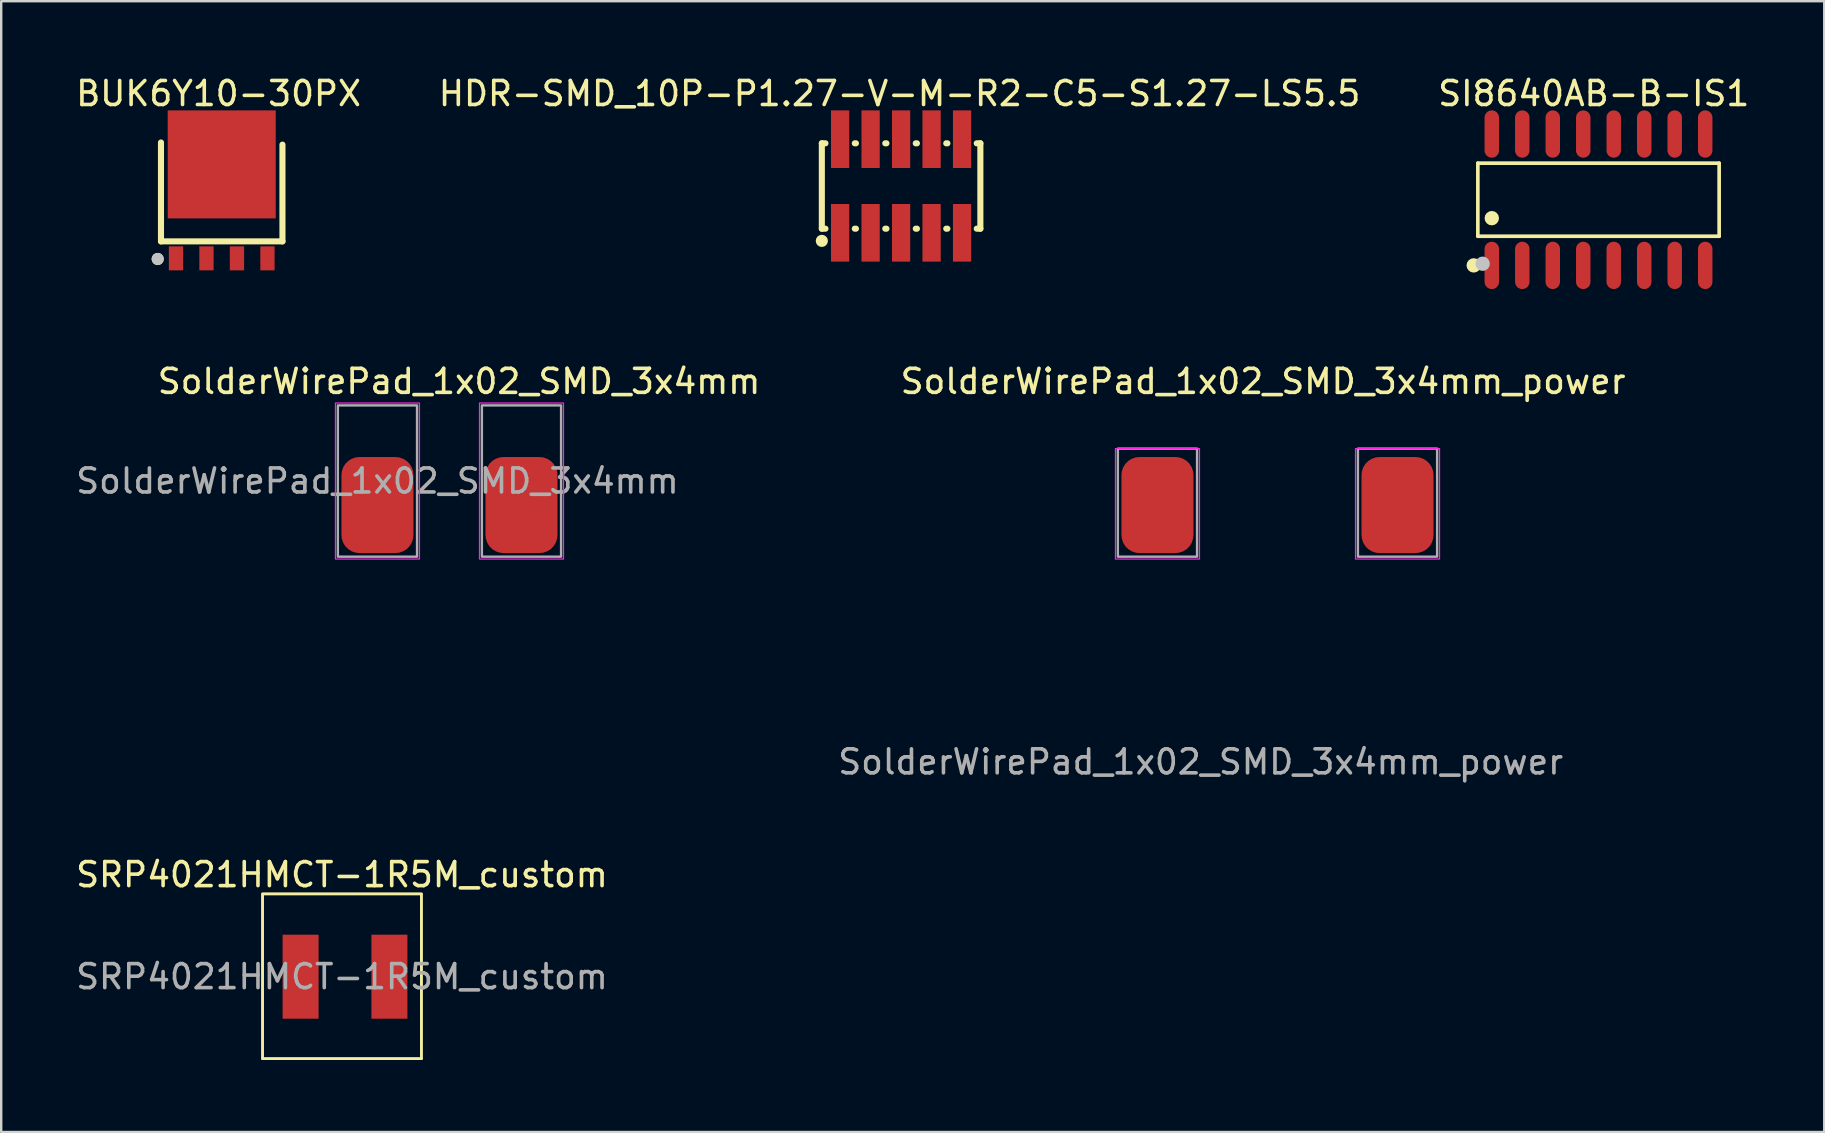
<source format=kicad_pcb>
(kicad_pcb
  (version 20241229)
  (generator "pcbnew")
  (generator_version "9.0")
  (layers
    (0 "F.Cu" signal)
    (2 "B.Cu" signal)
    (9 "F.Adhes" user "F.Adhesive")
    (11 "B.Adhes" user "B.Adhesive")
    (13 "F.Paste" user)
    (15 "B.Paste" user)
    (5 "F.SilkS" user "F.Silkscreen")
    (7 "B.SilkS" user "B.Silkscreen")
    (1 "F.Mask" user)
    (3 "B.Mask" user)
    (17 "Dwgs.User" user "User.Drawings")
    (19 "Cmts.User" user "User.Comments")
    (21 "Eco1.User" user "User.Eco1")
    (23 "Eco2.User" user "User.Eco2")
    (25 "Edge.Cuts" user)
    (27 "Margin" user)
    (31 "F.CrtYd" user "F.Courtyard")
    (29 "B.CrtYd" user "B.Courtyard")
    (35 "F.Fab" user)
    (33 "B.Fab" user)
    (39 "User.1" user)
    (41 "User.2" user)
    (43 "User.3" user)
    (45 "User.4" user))
  (footprint "SolderWirePad_1x02_SMD_3x4mm"
    (layer "F.Cu")
    (at 12.673 16.988)
    (property "Reference" "SolderWirePad_1x02_SMD_3x4mm" (at 3.4 -4.15 0) (layer "F.SilkS") (effects (font (size 1 1) (thickness 0.15))))
    (attr exclude_from_pos_files)
    (fp_rect (start -1.75 -3.25) (end 1.75 3.25) (stroke (width 0.05) (type solid)) (fill no) (layer "F.CrtYd"))
    (fp_rect (start 4.25 -3.25) (end 7.75 3.25) (stroke (width 0.05) (type solid)) (fill no) (layer "F.CrtYd"))
    (fp_rect (start -1.65 -3.15) (end 1.65 3.15) (stroke (width 0.1) (type solid)) (fill no) (layer "F.Fab"))
    (fp_rect (start 4.35 -3.15) (end 7.65 3.15) (stroke (width 0.1) (type solid)) (fill no) (layer "F.Fab"))
    (fp_text user "${REFERENCE}" (at 0 0 0) (layer "F.Fab") (effects (font (size 1 1) (thickness 0.15))))
    (pad "1" smd roundrect (at 0 1) (size 3 4) (layers "F.Cu" "F.Mask") (roundrect_rratio 0.25))
    (pad "2" smd roundrect (at 6 1) (size 3 4) (layers "F.Cu" "F.Mask") (roundrect_rratio 0.25)))
  (footprint "SRP4021HMCT-1R5M_custom"
    (layer "F.Cu")
    (at 11.196 37.635)
    (property "Reference" "SRP4021HMCT-1R5M_custom" (at 0 -4.25 0) (layer "F.SilkS") (effects (font (size 1 1) (thickness 0.15))))
    (attr smd)
    (fp_line (start -3.31 3.41) (end -3.31 -3.41) (stroke (width 0.12) (type solid)) (layer "F.SilkS"))
    (fp_line (start 3.31 -3.45) (end -3.31 -3.45) (stroke (width 0.12) (type solid)) (layer "F.SilkS"))
    (fp_line (start 3.31 -3.41) (end 3.31 3.41) (stroke (width 0.12) (type solid)) (layer "F.SilkS"))
    (fp_line (start 3.31 3.41) (end -3.31 3.41) (stroke (width 0.12) (type solid)) (layer "F.SilkS"))
    (fp_text user "${REFERENCE}" (at 0 0 0) (layer "F.Fab") (effects (font (size 1 1) (thickness 0.15))))
    (pad "1" smd rect (at -1.725 0) (size 1.5 3.5) (layers "F.Cu" "F.Mask" "F.Paste"))
    (pad "2" smd rect (at 1.975 0) (size 1.5 3.5) (layers "F.Cu" "F.Mask" "F.Paste")))
  (footprint "BUK6Y10-30PX"
    (layer "F.Cu")
    (at 6.186 5.755)
    (property "Reference" "BUK6Y10-30PX" (at -0.132 -4.907 0) (layer "F.SilkS") (effects (font (size 1 1) (thickness 0.15))))
    (fp_line (start -2.53 1.25) (end -2.53 -2.87) (stroke (width 0.254) (type default)) (layer "F.SilkS"))
    (fp_line (start 2.53 -2.78) (end 2.53 1.25) (stroke (width 0.254) (type default)) (layer "F.SilkS"))
    (fp_line (start 2.53 1.25) (end -2.53 1.25) (stroke (width 0.254) (type default)) (layer "F.SilkS"))
    (fp_circle (center -2.667 1.984) (end -2.54 1.984) (stroke (width 0.254) (type default)) (fill no) (layer "F.SilkS"))
    (fp_circle (center -2.667 1.984) (end -2.54 1.984) (stroke (width 0.254) (type default)) (fill no) (layer "Dwgs.User"))
    (fp_poly (pts (xy -2 -3.907) (xy 2 -3.907) (xy 2 0.293) (xy -2 0.293)) (stroke (width 0.1) (type default)) (fill no) (layer "User.1"))
    (fp_poly (pts (xy -1.69 1.503) (xy -2.115 1.503) (xy -2.115 1.083) (xy -1.69 1.083)) (stroke (width 0.1) (type default)) (fill no) (layer "User.1"))
    (fp_poly (pts (xy -1.69 2.118) (xy -2.115 2.118) (xy -2.115 1.493) (xy -1.69 1.493)) (stroke (width 0.1) (type default)) (fill no) (layer "User.1"))
    (fp_poly (pts (xy -0.42 1.503) (xy -0.845 1.503) (xy -0.845 1.083) (xy -0.42 1.083)) (stroke (width 0.1) (type default)) (fill no) (layer "User.1"))
    (fp_poly (pts (xy -0.42 2.118) (xy -0.845 2.118) (xy -0.845 1.493) (xy -0.42 1.493)) (stroke (width 0.1) (type default)) (fill no) (layer "User.1"))
    (fp_poly (pts (xy 0.85 1.503) (xy 0.425 1.503) (xy 0.425 1.083) (xy 0.85 1.083)) (stroke (width 0.1) (type default)) (fill no) (layer "User.1"))
    (fp_poly (pts (xy 0.85 2.118) (xy 0.425 2.118) (xy 0.425 1.493) (xy 0.85 1.493)) (stroke (width 0.1) (type default)) (fill no) (layer "User.1"))
    (fp_poly (pts (xy 2.12 1.503) (xy 1.695 1.503) (xy 1.695 1.083) (xy 2.12 1.083)) (stroke (width 0.1) (type default)) (fill no) (layer "User.1"))
    (fp_poly (pts (xy 2.12 2.118) (xy 1.695 2.118) (xy 1.695 1.493) (xy 2.12 1.493)) (stroke (width 0.1) (type default)) (fill no) (layer "User.1"))
    (fp_line (start -2.45 -2.857) (end 2.45 -2.857) (stroke (width 0.051) (type default)) (layer "User.2"))
    (fp_line (start -2.45 1.093) (end -2.45 -2.857) (stroke (width 0.051) (type default)) (layer "User.2"))
    (fp_line (start 2.45 -2.857) (end 2.45 1.093) (stroke (width 0.051) (type default)) (layer "User.2"))
    (fp_line (start 2.45 1.093) (end -2.45 1.093) (stroke (width 0.051) (type default)) (layer "User.2"))
    (fp_poly (pts (xy -2.395 2.095) (xy -2.427 2.063) (xy -2.473 2.063) (xy -2.505 2.095) (xy -2.505 2.141) (xy -2.473 2.173) (xy -2.427 2.173) (xy -2.395 2.141)) (stroke (width 0.1) (type default)) (fill no) (layer "User.3"))
    (pad "1" smd rect (at -1.905 1.957) (size 0.595 1) (layers "F.Cu" "F.Mask" "F.Paste"))
    (pad "2" smd rect (at -0.635 1.957) (size 0.595 1) (layers "F.Cu" "F.Mask" "F.Paste"))
    (pad "3" smd rect (at 0.635 1.957) (size 0.595 1) (layers "F.Cu" "F.Mask" "F.Paste"))
    (pad "4" smd rect (at 1.905 1.957) (size 0.595 1) (layers "F.Cu" "F.Mask" "F.Paste"))
    (pad "5" smd rect (at 0 -1.957) (size 4.5 4.5) (layers "F.Cu" "F.Mask" "F.Paste")))
  (footprint "SI8640AB-B-IS1"
    (layer "F.Cu")
    (at 63.537 5.269)
    (property "Reference" "SI8640AB-B-IS1" (at -0.198 -4.421 180) (layer "F.SilkS") (effects (font (size 1 1) (thickness 0.15))))
    (fp_line (start -5.026 -1.522) (end 5.026 -1.522) (stroke (width 0.152) (type default)) (layer "F.SilkS"))
    (fp_line (start -5.026 1.522) (end -5.026 -1.522) (stroke (width 0.152) (type default)) (layer "F.SilkS"))
    (fp_line (start 5.026 -1.522) (end 5.026 1.522) (stroke (width 0.152) (type default)) (layer "F.SilkS"))
    (fp_line (start 5.026 1.522) (end -5.026 1.522) (stroke (width 0.152) (type default)) (layer "F.SilkS"))
    (fp_circle (center -5.198 2.736) (end -5.048 2.736) (stroke (width 0.3) (type default)) (fill no) (layer "F.SilkS"))
    (fp_circle (center -4.445 0.769) (end -4.295 0.769) (stroke (width 0.3) (type default)) (fill no) (layer "F.SilkS"))
    (fp_circle (center -4.826 2.667) (end -4.676 2.667) (stroke (width 0.3) (type default)) (fill no) (layer "Dwgs.User"))
    (fp_poly (pts (xy -4.66 -3) (xy -4.66 -2.3) (xy -4.23 -2.3) (xy -4.23 -3)) (stroke (width 0.1) (type default)) (fill no) (layer "User.1"))
    (fp_poly (pts (xy -4.66 -2.31) (xy -4.66 -1.94) (xy -4.23 -1.94) (xy -4.23 -2.31)) (stroke (width 0.1) (type default)) (fill no) (layer "User.1"))
    (fp_poly (pts (xy -4.66 2.31) (xy -4.66 1.94) (xy -4.23 1.94) (xy -4.23 2.31)) (stroke (width 0.1) (type default)) (fill no) (layer "User.1"))
    (fp_poly (pts (xy -4.66 3) (xy -4.66 2.3) (xy -4.23 2.3) (xy -4.23 3)) (stroke (width 0.1) (type default)) (fill no) (layer "User.1"))
    (fp_poly (pts (xy -3.39 -3) (xy -3.39 -2.3) (xy -2.96 -2.3) (xy -2.96 -3)) (stroke (width 0.1) (type default)) (fill no) (layer "User.1"))
    (fp_poly (pts (xy -3.39 -2.31) (xy -3.39 -1.94) (xy -2.96 -1.94) (xy -2.96 -2.31)) (stroke (width 0.1) (type default)) (fill no) (layer "User.1"))
    (fp_poly (pts (xy -3.39 2.31) (xy -3.39 1.94) (xy -2.96 1.94) (xy -2.96 2.31)) (stroke (width 0.1) (type default)) (fill no) (layer "User.1"))
    (fp_poly (pts (xy -3.39 3) (xy -3.39 2.3) (xy -2.96 2.3) (xy -2.96 3)) (stroke (width 0.1) (type default)) (fill no) (layer "User.1"))
    (fp_poly (pts (xy -2.12 -3) (xy -2.12 -2.3) (xy -1.69 -2.3) (xy -1.69 -3)) (stroke (width 0.1) (type default)) (fill no) (layer "User.1"))
    (fp_poly (pts (xy -2.12 -2.31) (xy -2.12 -1.94) (xy -1.69 -1.94) (xy -1.69 -2.31)) (stroke (width 0.1) (type default)) (fill no) (layer "User.1"))
    (fp_poly (pts (xy -2.12 2.31) (xy -2.12 1.94) (xy -1.69 1.94) (xy -1.69 2.31)) (stroke (width 0.1) (type default)) (fill no) (layer "User.1"))
    (fp_poly (pts (xy -2.12 3) (xy -2.12 2.3) (xy -1.69 2.3) (xy -1.69 3)) (stroke (width 0.1) (type default)) (fill no) (layer "User.1"))
    (fp_poly (pts (xy -0.85 -3) (xy -0.85 -2.3) (xy -0.42 -2.3) (xy -0.42 -3)) (stroke (width 0.1) (type default)) (fill no) (layer "User.1"))
    (fp_poly (pts (xy -0.85 -2.31) (xy -0.85 -1.94) (xy -0.42 -1.94) (xy -0.42 -2.31)) (stroke (width 0.1) (type default)) (fill no) (layer "User.1"))
    (fp_poly (pts (xy -0.85 2.31) (xy -0.85 1.94) (xy -0.42 1.94) (xy -0.42 2.31)) (stroke (width 0.1) (type default)) (fill no) (layer "User.1"))
    (fp_poly (pts (xy -0.85 3) (xy -0.85 2.3) (xy -0.42 2.3) (xy -0.42 3)) (stroke (width 0.1) (type default)) (fill no) (layer "User.1"))
    (fp_poly (pts (xy 0.42 -3) (xy 0.42 -2.3) (xy 0.85 -2.3) (xy 0.85 -3)) (stroke (width 0.1) (type default)) (fill no) (layer "User.1"))
    (fp_poly (pts (xy 0.42 -2.31) (xy 0.42 -1.94) (xy 0.85 -1.94) (xy 0.85 -2.31)) (stroke (width 0.1) (type default)) (fill no) (layer "User.1"))
    (fp_poly (pts (xy 0.42 2.31) (xy 0.42 1.94) (xy 0.85 1.94) (xy 0.85 2.31)) (stroke (width 0.1) (type default)) (fill no) (layer "User.1"))
    (fp_poly (pts (xy 0.42 3) (xy 0.42 2.3) (xy 0.85 2.3) (xy 0.85 3)) (stroke (width 0.1) (type default)) (fill no) (layer "User.1"))
    (fp_poly (pts (xy 1.69 -3) (xy 1.69 -2.3) (xy 2.12 -2.3) (xy 2.12 -3)) (stroke (width 0.1) (type default)) (fill no) (layer "User.1"))
    (fp_poly (pts (xy 1.69 -2.31) (xy 1.69 -1.94) (xy 2.12 -1.94) (xy 2.12 -2.31)) (stroke (width 0.1) (type default)) (fill no) (layer "User.1"))
    (fp_poly (pts (xy 1.69 2.31) (xy 1.69 1.94) (xy 2.12 1.94) (xy 2.12 2.31)) (stroke (width 0.1) (type default)) (fill no) (layer "User.1"))
    (fp_poly (pts (xy 1.69 3) (xy 1.69 2.3) (xy 2.12 2.3) (xy 2.12 3)) (stroke (width 0.1) (type default)) (fill no) (layer "User.1"))
    (fp_poly (pts (xy 2.96 -3) (xy 2.96 -2.3) (xy 3.39 -2.3) (xy 3.39 -3)) (stroke (width 0.1) (type default)) (fill no) (layer "User.1"))
    (fp_poly (pts (xy 2.96 -2.31) (xy 2.96 -1.94) (xy 3.39 -1.94) (xy 3.39 -2.31)) (stroke (width 0.1) (type default)) (fill no) (layer "User.1"))
    (fp_poly (pts (xy 2.96 2.31) (xy 2.96 1.94) (xy 3.39 1.94) (xy 3.39 2.31)) (stroke (width 0.1) (type default)) (fill no) (layer "User.1"))
    (fp_poly (pts (xy 2.96 3) (xy 2.96 2.3) (xy 3.39 2.3) (xy 3.39 3)) (stroke (width 0.1) (type default)) (fill no) (layer "User.1"))
    (fp_poly (pts (xy 4.23 -3) (xy 4.23 -2.3) (xy 4.66 -2.3) (xy 4.66 -3)) (stroke (width 0.1) (type default)) (fill no) (layer "User.1"))
    (fp_poly (pts (xy 4.23 -2.31) (xy 4.23 -1.94) (xy 4.66 -1.94) (xy 4.66 -2.31)) (stroke (width 0.1) (type default)) (fill no) (layer "User.1"))
    (fp_poly (pts (xy 4.23 2.31) (xy 4.23 1.94) (xy 4.66 1.94) (xy 4.66 2.31)) (stroke (width 0.1) (type default)) (fill no) (layer "User.1"))
    (fp_poly (pts (xy 4.23 3) (xy 4.23 2.3) (xy 4.66 2.3) (xy 4.66 3)) (stroke (width 0.1) (type default)) (fill no) (layer "User.1"))
    (fp_line (start -4.95 -1.95) (end 4.95 -1.95) (stroke (width 0.051) (type default)) (layer "User.2"))
    (fp_line (start -4.95 1.95) (end -4.95 -1.95) (stroke (width 0.051) (type default)) (layer "User.2"))
    (fp_line (start 4.95 -1.95) (end 4.95 1.95) (stroke (width 0.051) (type default)) (layer "User.2"))
    (fp_line (start 4.95 1.95) (end -4.95 1.95) (stroke (width 0.051) (type default)) (layer "User.2"))
    (fp_poly (pts (xy -4.895 2.977) (xy -4.927 2.945) (xy -4.973 2.945) (xy -5.005 2.977) (xy -5.005 3.023) (xy -4.973 3.055) (xy -4.927 3.055) (xy -4.895 3.023)) (stroke (width 0.1) (type default)) (fill no) (layer "User.3"))
    (pad "1" smd oval (at -4.445 2.736) (size 0.602 1.971) (layers "F.Cu" "F.Mask" "F.Paste"))
    (pad "2" smd oval (at -3.175 2.736) (size 0.602 1.971) (layers "F.Cu" "F.Mask" "F.Paste"))
    (pad "3" smd oval (at -1.905 2.736) (size 0.602 1.971) (layers "F.Cu" "F.Mask" "F.Paste"))
    (pad "4" smd oval (at -0.635 2.736) (size 0.602 1.971) (layers "F.Cu" "F.Mask" "F.Paste"))
    (pad "5" smd oval (at 0.635 2.736) (size 0.602 1.971) (layers "F.Cu" "F.Mask" "F.Paste"))
    (pad "6" smd oval (at 1.905 2.736) (size 0.602 1.971) (layers "F.Cu" "F.Mask" "F.Paste"))
    (pad "7" smd oval (at 3.175 2.736) (size 0.602 1.971) (layers "F.Cu" "F.Mask" "F.Paste"))
    (pad "8" smd oval (at 4.445 2.736) (size 0.602 1.971) (layers "F.Cu" "F.Mask" "F.Paste"))
    (pad "9" smd oval (at 4.445 -2.736) (size 0.602 1.971) (layers "F.Cu" "F.Mask" "F.Paste"))
    (pad "10" smd oval (at 3.175 -2.736) (size 0.602 1.971) (layers "F.Cu" "F.Mask" "F.Paste"))
    (pad "11" smd oval (at 1.905 -2.736) (size 0.602 1.971) (layers "F.Cu" "F.Mask" "F.Paste"))
    (pad "12" smd oval (at 0.635 -2.736) (size 0.602 1.971) (layers "F.Cu" "F.Mask" "F.Paste"))
    (pad "13" smd oval (at -0.635 -2.736) (size 0.602 1.971) (layers "F.Cu" "F.Mask" "F.Paste"))
    (pad "14" smd oval (at -1.905 -2.736) (size 0.602 1.971) (layers "F.Cu" "F.Mask" "F.Paste"))
    (pad "15" smd oval (at -3.175 -2.736) (size 0.602 1.971) (layers "F.Cu" "F.Mask" "F.Paste"))
    (pad "16" smd oval (at -4.445 -2.736) (size 0.602 1.971) (layers "F.Cu" "F.Mask" "F.Paste")))
  (footprint "HDR-SMD_10P-P1.27-V-M-R2-C5-S1.27-LS5.5"
    (layer "F.Cu")
    (at 34.486 4.698)
    (property "Reference" "HDR-SMD_10P-P1.27-V-M-R2-C5-S1.27-LS5.5" (at -0.064 -3.85 180) (layer "F.SilkS") (effects (font (size 1 1) (thickness 0.15))))
    (fp_line (start -3.302 -1.778) (end -3.151 -1.778) (stroke (width 0.254) (type default)) (layer "F.SilkS"))
    (fp_line (start -3.302 1.778) (end -3.302 -1.778) (stroke (width 0.254) (type default)) (layer "F.SilkS"))
    (fp_line (start -3.151 1.778) (end -3.302 1.778) (stroke (width 0.254) (type default)) (layer "F.SilkS"))
    (fp_line (start -1.929 -1.778) (end -1.881 -1.778) (stroke (width 0.254) (type default)) (layer "F.SilkS"))
    (fp_line (start -1.881 1.778) (end -1.929 1.778) (stroke (width 0.254) (type default)) (layer "F.SilkS"))
    (fp_line (start -0.659 -1.778) (end -0.611 -1.778) (stroke (width 0.254) (type default)) (layer "F.SilkS"))
    (fp_line (start -0.611 1.778) (end -0.659 1.778) (stroke (width 0.254) (type default)) (layer "F.SilkS"))
    (fp_line (start 0.611 -1.778) (end 0.659 -1.778) (stroke (width 0.254) (type default)) (layer "F.SilkS"))
    (fp_line (start 0.659 1.778) (end 0.611 1.778) (stroke (width 0.254) (type default)) (layer "F.SilkS"))
    (fp_line (start 1.881 -1.778) (end 1.929 -1.778) (stroke (width 0.254) (type default)) (layer "F.SilkS"))
    (fp_line (start 1.929 1.778) (end 1.881 1.778) (stroke (width 0.254) (type default)) (layer "F.SilkS"))
    (fp_line (start 3.151 -1.778) (end 3.302 -1.778) (stroke (width 0.254) (type default)) (layer "F.SilkS"))
    (fp_line (start 3.302 -1.778) (end 3.302 1.778) (stroke (width 0.254) (type default)) (layer "F.SilkS"))
    (fp_line (start 3.302 1.778) (end 3.151 1.778) (stroke (width 0.254) (type default)) (layer "F.SilkS"))
    (fp_circle (center -3.302 2.286) (end -3.175 2.286) (stroke (width 0.254) (type default)) (fill no) (layer "F.SilkS"))
    (fp_poly (pts (xy -2.745 -2.75) (xy -2.335 -2.75) (xy -2.335 -0.55) (xy -2.745 -0.55)) (stroke (width 0.1) (type default)) (fill no) (layer "User.1"))
    (fp_poly (pts (xy -2.745 0.55) (xy -2.335 0.55) (xy -2.335 2.75) (xy -2.745 2.75)) (stroke (width 0.1) (type default)) (fill no) (layer "User.1"))
    (fp_poly (pts (xy -1.475 -2.75) (xy -1.065 -2.75) (xy -1.065 -0.55) (xy -1.475 -0.55)) (stroke (width 0.1) (type default)) (fill no) (layer "User.1"))
    (fp_poly (pts (xy -1.475 0.55) (xy -1.065 0.55) (xy -1.065 2.75) (xy -1.475 2.75)) (stroke (width 0.1) (type default)) (fill no) (layer "User.1"))
    (fp_poly (pts (xy -0.205 -2.75) (xy 0.205 -2.75) (xy 0.205 -0.55) (xy -0.205 -0.55)) (stroke (width 0.1) (type default)) (fill no) (layer "User.1"))
    (fp_poly (pts (xy -0.205 0.55) (xy 0.205 0.55) (xy 0.205 2.75) (xy -0.205 2.75)) (stroke (width 0.1) (type default)) (fill no) (layer "User.1"))
    (fp_poly (pts (xy 1.065 -2.75) (xy 1.475 -2.75) (xy 1.475 -0.55) (xy 1.065 -0.55)) (stroke (width 0.1) (type default)) (fill no) (layer "User.1"))
    (fp_poly (pts (xy 1.065 0.55) (xy 1.475 0.55) (xy 1.475 2.75) (xy 1.065 2.75)) (stroke (width 0.1) (type default)) (fill no) (layer "User.1"))
    (fp_poly (pts (xy 2.335 -2.75) (xy 2.745 -2.75) (xy 2.745 -0.55) (xy 2.335 -0.55)) (stroke (width 0.1) (type default)) (fill no) (layer "User.1"))
    (fp_poly (pts (xy 2.335 0.55) (xy 2.745 0.55) (xy 2.745 2.75) (xy 2.335 2.75)) (stroke (width 0.1) (type default)) (fill no) (layer "User.1"))
    (fp_line (start -3.175 -1.715) (end 3.175 -1.715) (stroke (width 0.051) (type default)) (layer "User.2"))
    (fp_line (start -3.175 1.715) (end -3.175 -1.715) (stroke (width 0.051) (type default)) (layer "User.2"))
    (fp_line (start 3.175 -1.715) (end 3.175 1.715) (stroke (width 0.051) (type default)) (layer "User.2"))
    (fp_line (start 3.175 1.715) (end -3.175 1.715) (stroke (width 0.051) (type default)) (layer "User.2"))
    (fp_poly (pts (xy -3.12 2.727) (xy -3.152 2.695) (xy -3.198 2.695) (xy -3.23 2.727) (xy -3.23 2.773) (xy -3.198 2.805) (xy -3.152 2.805) (xy -3.12 2.773)) (stroke (width 0.1) (type default)) (fill no) (layer "User.3"))
    (pad "1" smd rect (at -2.54 1.95) (size 0.76 2.4) (layers "F.Cu" "F.Mask" "F.Paste"))
    (pad "2" smd rect (at -2.54 -1.95) (size 0.76 2.4) (layers "F.Cu" "F.Mask" "F.Paste"))
    (pad "3" smd rect (at -1.27 1.95) (size 0.76 2.4) (layers "F.Cu" "F.Mask" "F.Paste"))
    (pad "4" smd rect (at -1.27 -1.95) (size 0.76 2.4) (layers "F.Cu" "F.Mask" "F.Paste"))
    (pad "5" smd rect (at 0 1.95) (size 0.76 2.4) (layers "F.Cu" "F.Mask" "F.Paste"))
    (pad "6" smd rect (at 0 -1.95) (size 0.76 2.4) (layers "F.Cu" "F.Mask" "F.Paste"))
    (pad "7" smd rect (at 1.27 1.95) (size 0.76 2.4) (layers "F.Cu" "F.Mask" "F.Paste"))
    (pad "8" smd rect (at 1.27 -1.95) (size 0.76 2.4) (layers "F.Cu" "F.Mask" "F.Paste"))
    (pad "9" smd rect (at 2.54 1.95) (size 0.76 2.4) (layers "F.Cu" "F.Mask" "F.Paste"))
    (pad "10" smd rect (at 2.54 -1.95) (size 0.76 2.4) (layers "F.Cu" "F.Mask" "F.Paste")))
  (footprint "SolderWirePad_1x02_SMD_3x4mm_power"
    (layer "F.Cu")
    (at 45.165 16.988)
    (property "Reference" "SolderWirePad_1x02_SMD_3x4mm_power" (at 4.4 -4.15 180) (layer "F.SilkS") (effects (font (size 1 1) (thickness 0.15))))
    (attr exclude_from_pos_files)
    (fp_rect (start -1.75 -1.35) (end 1.75 3.25) (stroke (width 0.05) (type solid)) (fill no) (layer "F.CrtYd"))
    (fp_rect (start 8.25 -1.35) (end 11.75 3.25) (stroke (width 0.05) (type solid)) (fill no) (layer "F.CrtYd"))
    (fp_rect (start -1.65 -1.35) (end 1.65 3.15) (stroke (width 0.1) (type solid)) (fill no) (layer "F.Fab"))
    (fp_rect (start 8.35 -1.35) (end 11.65 3.15) (stroke (width 0.1) (type solid)) (fill no) (layer "F.Fab"))
    (fp_text user "${REFERENCE}" (at 1.8 11.7 180) (layer "F.Fab") (effects (font (size 1 1) (thickness 0.15))))
    (pad "1" smd roundrect (at 0 1) (size 3 4) (layers "F.Cu" "F.Mask") (roundrect_rratio 0.25))
    (pad "2" smd roundrect (at 10 1) (size 3 4) (layers "F.Cu" "F.Mask") (roundrect_rratio 0.25)))
  (gr_rect
    (start -3 -3)
    (end 72.94 44.105)
    (stroke (width 0.1) (type default))
    (fill no)
    (layer "Edge.Cuts")))
</source>
